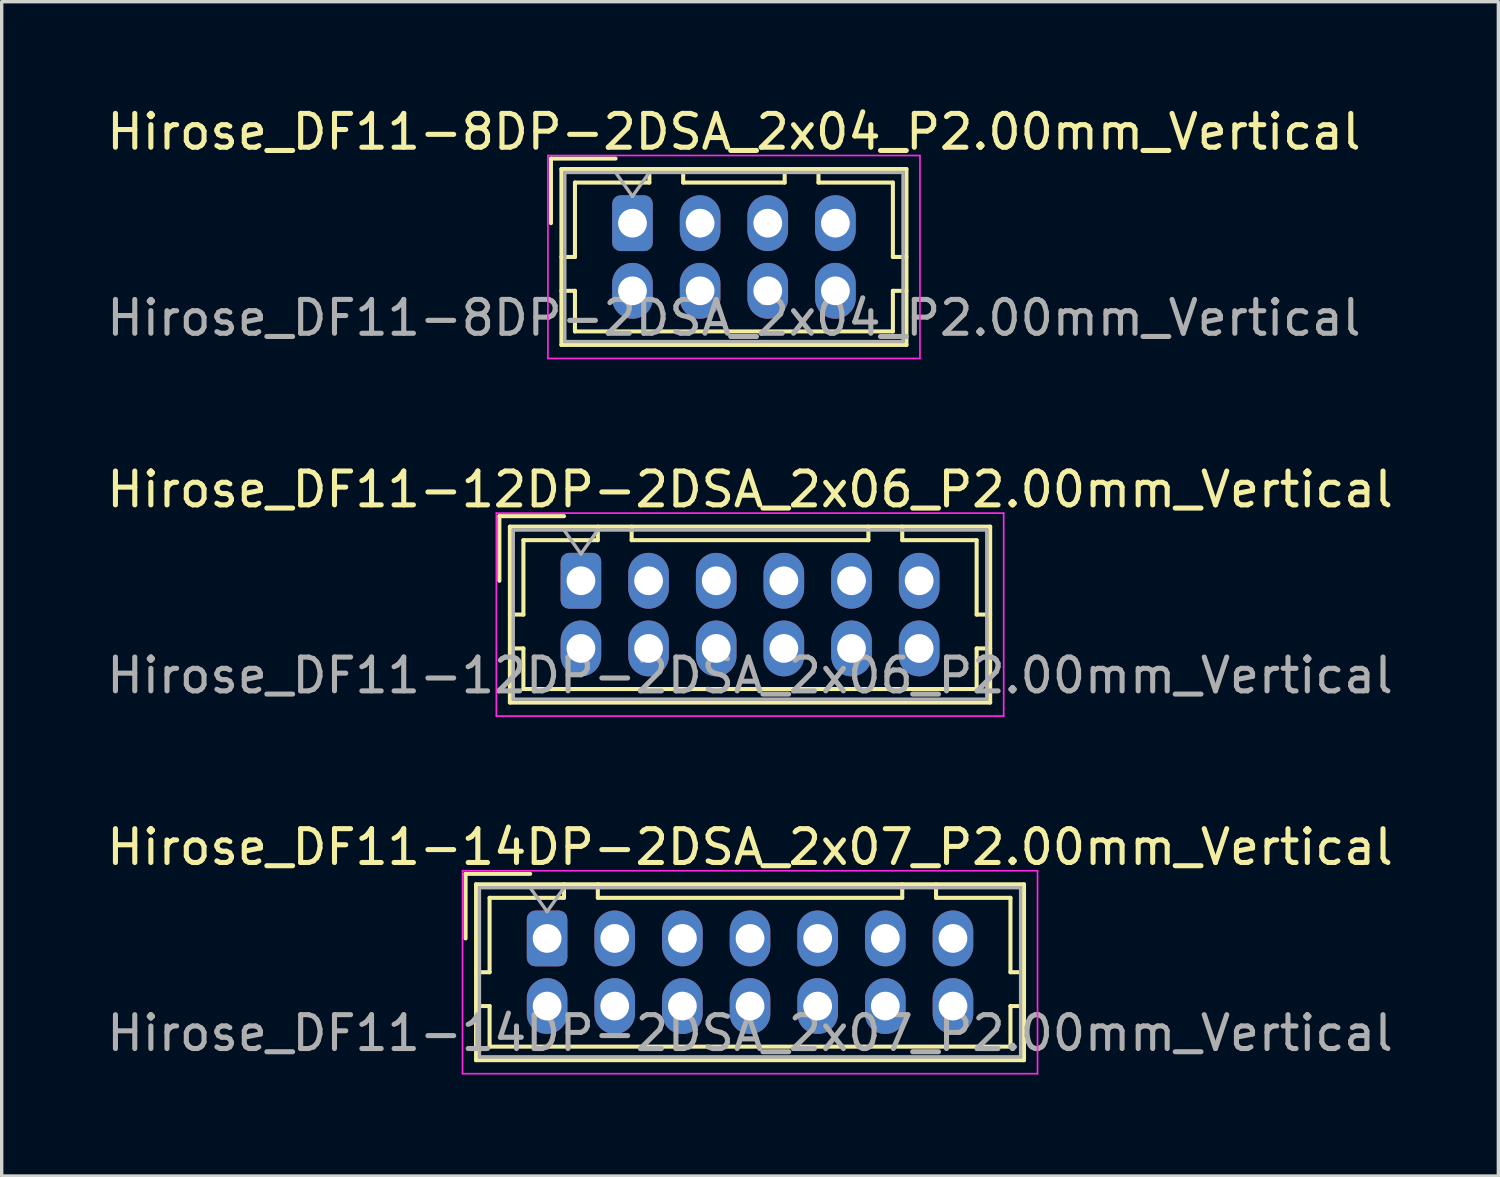
<source format=kicad_pcb>
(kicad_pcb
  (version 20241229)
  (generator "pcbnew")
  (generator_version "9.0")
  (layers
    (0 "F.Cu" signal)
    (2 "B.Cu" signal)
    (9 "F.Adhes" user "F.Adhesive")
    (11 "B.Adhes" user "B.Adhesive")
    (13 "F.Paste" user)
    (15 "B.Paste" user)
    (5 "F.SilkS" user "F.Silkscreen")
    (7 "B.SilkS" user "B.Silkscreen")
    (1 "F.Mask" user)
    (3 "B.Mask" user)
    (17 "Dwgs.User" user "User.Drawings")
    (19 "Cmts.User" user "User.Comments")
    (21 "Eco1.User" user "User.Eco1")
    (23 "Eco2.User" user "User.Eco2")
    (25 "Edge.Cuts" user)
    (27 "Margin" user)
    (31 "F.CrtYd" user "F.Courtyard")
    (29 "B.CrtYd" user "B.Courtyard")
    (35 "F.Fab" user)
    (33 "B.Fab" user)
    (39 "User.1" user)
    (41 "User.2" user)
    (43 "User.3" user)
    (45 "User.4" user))
  (footprint "Hirose_DF11-14DP-2DSA_2x07_P2.00mm_Vertical"
    (layer "F.Cu")
    (at 13.125 24.695)
    (property "Reference" "Hirose_DF11-14DP-2DSA_2x07_P2.00mm_Vertical" (at 6 -2.7 0) (layer "F.SilkS") (effects (font (size 1 1) (thickness 0.15))))
    (attr through_hole)
    (fp_line (start -2.41 -1.91) (end -0.5 -1.91) (stroke (width 0.12) (type solid)) (layer "F.SilkS"))
    (fp_line (start -2.41 0) (end -2.41 -1.91) (stroke (width 0.12) (type solid)) (layer "F.SilkS"))
    (fp_line (start -2.1 -1.6) (end -2.1 3.6) (stroke (width 0.12) (type solid)) (layer "F.SilkS"))
    (fp_line (start -2.1 1) (end -1.7 1) (stroke (width 0.12) (type solid)) (layer "F.SilkS"))
    (fp_line (start -2.1 2) (end -1.7 2) (stroke (width 0.12) (type solid)) (layer "F.SilkS"))
    (fp_line (start -2.1 3.6) (end 14.1 3.6) (stroke (width 0.12) (type solid)) (layer "F.SilkS"))
    (fp_line (start -1.7 -1.2) (end 0.5 -1.2) (stroke (width 0.12) (type solid)) (layer "F.SilkS"))
    (fp_line (start -1.7 1) (end -1.7 -1.2) (stroke (width 0.12) (type solid)) (layer "F.SilkS"))
    (fp_line (start -1.7 2) (end -1.7 3.2) (stroke (width 0.12) (type solid)) (layer "F.SilkS"))
    (fp_line (start -1.7 3.2) (end 13.7 3.2) (stroke (width 0.12) (type solid)) (layer "F.SilkS"))
    (fp_line (start 0.5 -1.2) (end 0.5 -1.6) (stroke (width 0.12) (type solid)) (layer "F.SilkS"))
    (fp_line (start 1.5 -1.6) (end 1.5 -1.2) (stroke (width 0.12) (type solid)) (layer "F.SilkS"))
    (fp_line (start 1.5 -1.2) (end 10.5 -1.2) (stroke (width 0.12) (type solid)) (layer "F.SilkS"))
    (fp_line (start 10.5 -1.2) (end 10.5 -1.6) (stroke (width 0.12) (type solid)) (layer "F.SilkS"))
    (fp_line (start 11.5 -1.2) (end 11.5 -1.6) (stroke (width 0.12) (type solid)) (layer "F.SilkS"))
    (fp_line (start 13.7 -1.2) (end 11.5 -1.2) (stroke (width 0.12) (type solid)) (layer "F.SilkS"))
    (fp_line (start 13.7 1) (end 13.7 -1.2) (stroke (width 0.12) (type solid)) (layer "F.SilkS"))
    (fp_line (start 13.7 2) (end 14.1 2) (stroke (width 0.12) (type solid)) (layer "F.SilkS"))
    (fp_line (start 13.7 3.2) (end 13.7 2) (stroke (width 0.12) (type solid)) (layer "F.SilkS"))
    (fp_line (start 14.1 -1.6) (end -2.1 -1.6) (stroke (width 0.12) (type solid)) (layer "F.SilkS"))
    (fp_line (start 14.1 1) (end 13.7 1) (stroke (width 0.12) (type solid)) (layer "F.SilkS"))
    (fp_line (start 14.1 3.6) (end 14.1 -1.6) (stroke (width 0.12) (type solid)) (layer "F.SilkS"))
    (fp_line (start -2.5 -2) (end -2.5 4) (stroke (width 0.05) (type solid)) (layer "F.CrtYd"))
    (fp_line (start -2.5 4) (end 14.5 4) (stroke (width 0.05) (type solid)) (layer "F.CrtYd"))
    (fp_line (start 14.5 -2) (end -2.5 -2) (stroke (width 0.05) (type solid)) (layer "F.CrtYd"))
    (fp_line (start 14.5 4) (end 14.5 -2) (stroke (width 0.05) (type solid)) (layer "F.CrtYd"))
    (fp_line (start -2 -1.5) (end -2 3.5) (stroke (width 0.1) (type solid)) (layer "F.Fab"))
    (fp_line (start -2 3.5) (end 14 3.5) (stroke (width 0.1) (type solid)) (layer "F.Fab"))
    (fp_line (start -0.5 -1.5) (end 0 -0.793) (stroke (width 0.1) (type solid)) (layer "F.Fab"))
    (fp_line (start 0 -0.793) (end 0.5 -1.5) (stroke (width 0.1) (type solid)) (layer "F.Fab"))
    (fp_line (start 14 -1.5) (end -2 -1.5) (stroke (width 0.1) (type solid)) (layer "F.Fab"))
    (fp_line (start 14 3.5) (end 14 -1.5) (stroke (width 0.1) (type solid)) (layer "F.Fab"))
    (fp_text user "${REFERENCE}" (at 6 2.8 0) (layer "F.Fab") (effects (font (size 1 1) (thickness 0.15))))
    (pad "1" thru_hole roundrect (at 0 0) (size 1.2 1.65) (drill 0.85) (layers "*.Cu" "*.Mask") (roundrect_rratio 0.208))
    (pad "2" thru_hole oval (at 0 2) (size 1.2 1.65) (drill 0.85) (layers "*.Cu" "*.Mask"))
    (pad "3" thru_hole oval (at 2 0) (size 1.2 1.65) (drill 0.85) (layers "*.Cu" "*.Mask"))
    (pad "4" thru_hole oval (at 2 2) (size 1.2 1.65) (drill 0.85) (layers "*.Cu" "*.Mask"))
    (pad "5" thru_hole oval (at 4 0) (size 1.2 1.65) (drill 0.85) (layers "*.Cu" "*.Mask"))
    (pad "6" thru_hole oval (at 4 2) (size 1.2 1.65) (drill 0.85) (layers "*.Cu" "*.Mask"))
    (pad "7" thru_hole oval (at 6 0) (size 1.2 1.65) (drill 0.85) (layers "*.Cu" "*.Mask"))
    (pad "8" thru_hole oval (at 6 2) (size 1.2 1.65) (drill 0.85) (layers "*.Cu" "*.Mask"))
    (pad "9" thru_hole oval (at 8 0) (size 1.2 1.65) (drill 0.85) (layers "*.Cu" "*.Mask"))
    (pad "10" thru_hole oval (at 8 2) (size 1.2 1.65) (drill 0.85) (layers "*.Cu" "*.Mask"))
    (pad "11" thru_hole oval (at 10 0) (size 1.2 1.65) (drill 0.85) (layers "*.Cu" "*.Mask"))
    (pad "12" thru_hole oval (at 10 2) (size 1.2 1.65) (drill 0.85) (layers "*.Cu" "*.Mask"))
    (pad "13" thru_hole oval (at 12 0) (size 1.2 1.65) (drill 0.85) (layers "*.Cu" "*.Mask"))
    (pad "14" thru_hole oval (at 12 2) (size 1.2 1.65) (drill 0.85) (layers "*.Cu" "*.Mask")))
  (footprint "Hirose_DF11-8DP-2DSA_2x04_P2.00mm_Vertical"
    (layer "F.Cu")
    (at 15.649 3.548)
    (property "Reference" "Hirose_DF11-8DP-2DSA_2x04_P2.00mm_Vertical" (at 3 -2.7 0) (layer "F.SilkS") (effects (font (size 1 1) (thickness 0.15))))
    (attr through_hole)
    (fp_line (start -2.41 -1.91) (end -0.5 -1.91) (stroke (width 0.12) (type solid)) (layer "F.SilkS"))
    (fp_line (start -2.41 0) (end -2.41 -1.91) (stroke (width 0.12) (type solid)) (layer "F.SilkS"))
    (fp_line (start -2.1 -1.6) (end -2.1 3.6) (stroke (width 0.12) (type solid)) (layer "F.SilkS"))
    (fp_line (start -2.1 1) (end -1.7 1) (stroke (width 0.12) (type solid)) (layer "F.SilkS"))
    (fp_line (start -2.1 2) (end -1.7 2) (stroke (width 0.12) (type solid)) (layer "F.SilkS"))
    (fp_line (start -2.1 3.6) (end 8.1 3.6) (stroke (width 0.12) (type solid)) (layer "F.SilkS"))
    (fp_line (start -1.7 -1.2) (end 0.5 -1.2) (stroke (width 0.12) (type solid)) (layer "F.SilkS"))
    (fp_line (start -1.7 1) (end -1.7 -1.2) (stroke (width 0.12) (type solid)) (layer "F.SilkS"))
    (fp_line (start -1.7 2) (end -1.7 3.2) (stroke (width 0.12) (type solid)) (layer "F.SilkS"))
    (fp_line (start -1.7 3.2) (end 7.7 3.2) (stroke (width 0.12) (type solid)) (layer "F.SilkS"))
    (fp_line (start 0.5 -1.2) (end 0.5 -1.6) (stroke (width 0.12) (type solid)) (layer "F.SilkS"))
    (fp_line (start 1.5 -1.6) (end 1.5 -1.2) (stroke (width 0.12) (type solid)) (layer "F.SilkS"))
    (fp_line (start 1.5 -1.2) (end 4.5 -1.2) (stroke (width 0.12) (type solid)) (layer "F.SilkS"))
    (fp_line (start 4.5 -1.2) (end 4.5 -1.6) (stroke (width 0.12) (type solid)) (layer "F.SilkS"))
    (fp_line (start 5.5 -1.2) (end 5.5 -1.6) (stroke (width 0.12) (type solid)) (layer "F.SilkS"))
    (fp_line (start 7.7 -1.2) (end 5.5 -1.2) (stroke (width 0.12) (type solid)) (layer "F.SilkS"))
    (fp_line (start 7.7 1) (end 7.7 -1.2) (stroke (width 0.12) (type solid)) (layer "F.SilkS"))
    (fp_line (start 7.7 2) (end 8.1 2) (stroke (width 0.12) (type solid)) (layer "F.SilkS"))
    (fp_line (start 7.7 3.2) (end 7.7 2) (stroke (width 0.12) (type solid)) (layer "F.SilkS"))
    (fp_line (start 8.1 -1.6) (end -2.1 -1.6) (stroke (width 0.12) (type solid)) (layer "F.SilkS"))
    (fp_line (start 8.1 1) (end 7.7 1) (stroke (width 0.12) (type solid)) (layer "F.SilkS"))
    (fp_line (start 8.1 3.6) (end 8.1 -1.6) (stroke (width 0.12) (type solid)) (layer "F.SilkS"))
    (fp_line (start -2.5 -2) (end -2.5 4) (stroke (width 0.05) (type solid)) (layer "F.CrtYd"))
    (fp_line (start -2.5 4) (end 8.5 4) (stroke (width 0.05) (type solid)) (layer "F.CrtYd"))
    (fp_line (start 8.5 -2) (end -2.5 -2) (stroke (width 0.05) (type solid)) (layer "F.CrtYd"))
    (fp_line (start 8.5 4) (end 8.5 -2) (stroke (width 0.05) (type solid)) (layer "F.CrtYd"))
    (fp_line (start -2 -1.5) (end -2 3.5) (stroke (width 0.1) (type solid)) (layer "F.Fab"))
    (fp_line (start -2 3.5) (end 8 3.5) (stroke (width 0.1) (type solid)) (layer "F.Fab"))
    (fp_line (start -0.5 -1.5) (end 0 -0.793) (stroke (width 0.1) (type solid)) (layer "F.Fab"))
    (fp_line (start 0 -0.793) (end 0.5 -1.5) (stroke (width 0.1) (type solid)) (layer "F.Fab"))
    (fp_line (start 8 -1.5) (end -2 -1.5) (stroke (width 0.1) (type solid)) (layer "F.Fab"))
    (fp_line (start 8 3.5) (end 8 -1.5) (stroke (width 0.1) (type solid)) (layer "F.Fab"))
    (fp_text user "${REFERENCE}" (at 3 2.8 0) (layer "F.Fab") (effects (font (size 1 1) (thickness 0.15))))
    (pad "1" thru_hole roundrect (at 0 0) (size 1.2 1.65) (drill 0.85) (layers "*.Cu" "*.Mask") (roundrect_rratio 0.208))
    (pad "2" thru_hole oval (at 0 2) (size 1.2 1.65) (drill 0.85) (layers "*.Cu" "*.Mask"))
    (pad "3" thru_hole oval (at 2 0) (size 1.2 1.65) (drill 0.85) (layers "*.Cu" "*.Mask"))
    (pad "4" thru_hole oval (at 2 2) (size 1.2 1.65) (drill 0.85) (layers "*.Cu" "*.Mask"))
    (pad "5" thru_hole oval (at 4 0) (size 1.2 1.65) (drill 0.85) (layers "*.Cu" "*.Mask"))
    (pad "6" thru_hole oval (at 4 2) (size 1.2 1.65) (drill 0.85) (layers "*.Cu" "*.Mask"))
    (pad "7" thru_hole oval (at 6 0) (size 1.2 1.65) (drill 0.85) (layers "*.Cu" "*.Mask"))
    (pad "8" thru_hole oval (at 6 2) (size 1.2 1.65) (drill 0.85) (layers "*.Cu" "*.Mask")))
  (footprint "Hirose_DF11-12DP-2DSA_2x06_P2.00mm_Vertical"
    (layer "F.Cu")
    (at 14.125 14.121)
    (property "Reference" "Hirose_DF11-12DP-2DSA_2x06_P2.00mm_Vertical" (at 5 -2.7 0) (layer "F.SilkS") (effects (font (size 1 1) (thickness 0.15))))
    (attr through_hole)
    (fp_line (start -2.41 -1.91) (end -0.5 -1.91) (stroke (width 0.12) (type solid)) (layer "F.SilkS"))
    (fp_line (start -2.41 0) (end -2.41 -1.91) (stroke (width 0.12) (type solid)) (layer "F.SilkS"))
    (fp_line (start -2.1 -1.6) (end -2.1 3.6) (stroke (width 0.12) (type solid)) (layer "F.SilkS"))
    (fp_line (start -2.1 1) (end -1.7 1) (stroke (width 0.12) (type solid)) (layer "F.SilkS"))
    (fp_line (start -2.1 2) (end -1.7 2) (stroke (width 0.12) (type solid)) (layer "F.SilkS"))
    (fp_line (start -2.1 3.6) (end 12.1 3.6) (stroke (width 0.12) (type solid)) (layer "F.SilkS"))
    (fp_line (start -1.7 -1.2) (end 0.5 -1.2) (stroke (width 0.12) (type solid)) (layer "F.SilkS"))
    (fp_line (start -1.7 1) (end -1.7 -1.2) (stroke (width 0.12) (type solid)) (layer "F.SilkS"))
    (fp_line (start -1.7 2) (end -1.7 3.2) (stroke (width 0.12) (type solid)) (layer "F.SilkS"))
    (fp_line (start -1.7 3.2) (end 11.7 3.2) (stroke (width 0.12) (type solid)) (layer "F.SilkS"))
    (fp_line (start 0.5 -1.2) (end 0.5 -1.6) (stroke (width 0.12) (type solid)) (layer "F.SilkS"))
    (fp_line (start 1.5 -1.6) (end 1.5 -1.2) (stroke (width 0.12) (type solid)) (layer "F.SilkS"))
    (fp_line (start 1.5 -1.2) (end 8.5 -1.2) (stroke (width 0.12) (type solid)) (layer "F.SilkS"))
    (fp_line (start 8.5 -1.2) (end 8.5 -1.6) (stroke (width 0.12) (type solid)) (layer "F.SilkS"))
    (fp_line (start 9.5 -1.2) (end 9.5 -1.6) (stroke (width 0.12) (type solid)) (layer "F.SilkS"))
    (fp_line (start 11.7 -1.2) (end 9.5 -1.2) (stroke (width 0.12) (type solid)) (layer "F.SilkS"))
    (fp_line (start 11.7 1) (end 11.7 -1.2) (stroke (width 0.12) (type solid)) (layer "F.SilkS"))
    (fp_line (start 11.7 2) (end 12.1 2) (stroke (width 0.12) (type solid)) (layer "F.SilkS"))
    (fp_line (start 11.7 3.2) (end 11.7 2) (stroke (width 0.12) (type solid)) (layer "F.SilkS"))
    (fp_line (start 12.1 -1.6) (end -2.1 -1.6) (stroke (width 0.12) (type solid)) (layer "F.SilkS"))
    (fp_line (start 12.1 1) (end 11.7 1) (stroke (width 0.12) (type solid)) (layer "F.SilkS"))
    (fp_line (start 12.1 3.6) (end 12.1 -1.6) (stroke (width 0.12) (type solid)) (layer "F.SilkS"))
    (fp_line (start -2.5 -2) (end -2.5 4) (stroke (width 0.05) (type solid)) (layer "F.CrtYd"))
    (fp_line (start -2.5 4) (end 12.5 4) (stroke (width 0.05) (type solid)) (layer "F.CrtYd"))
    (fp_line (start 12.5 -2) (end -2.5 -2) (stroke (width 0.05) (type solid)) (layer "F.CrtYd"))
    (fp_line (start 12.5 4) (end 12.5 -2) (stroke (width 0.05) (type solid)) (layer "F.CrtYd"))
    (fp_line (start -2 -1.5) (end -2 3.5) (stroke (width 0.1) (type solid)) (layer "F.Fab"))
    (fp_line (start -2 3.5) (end 12 3.5) (stroke (width 0.1) (type solid)) (layer "F.Fab"))
    (fp_line (start -0.5 -1.5) (end 0 -0.793) (stroke (width 0.1) (type solid)) (layer "F.Fab"))
    (fp_line (start 0 -0.793) (end 0.5 -1.5) (stroke (width 0.1) (type solid)) (layer "F.Fab"))
    (fp_line (start 12 -1.5) (end -2 -1.5) (stroke (width 0.1) (type solid)) (layer "F.Fab"))
    (fp_line (start 12 3.5) (end 12 -1.5) (stroke (width 0.1) (type solid)) (layer "F.Fab"))
    (fp_text user "${REFERENCE}" (at 5 2.8 0) (layer "F.Fab") (effects (font (size 1 1) (thickness 0.15))))
    (pad "1" thru_hole roundrect (at 0 0) (size 1.2 1.65) (drill 0.85) (layers "*.Cu" "*.Mask") (roundrect_rratio 0.208))
    (pad "2" thru_hole oval (at 0 2) (size 1.2 1.65) (drill 0.85) (layers "*.Cu" "*.Mask"))
    (pad "3" thru_hole oval (at 2 0) (size 1.2 1.65) (drill 0.85) (layers "*.Cu" "*.Mask"))
    (pad "4" thru_hole oval (at 2 2) (size 1.2 1.65) (drill 0.85) (layers "*.Cu" "*.Mask"))
    (pad "5" thru_hole oval (at 4 0) (size 1.2 1.65) (drill 0.85) (layers "*.Cu" "*.Mask"))
    (pad "6" thru_hole oval (at 4 2) (size 1.2 1.65) (drill 0.85) (layers "*.Cu" "*.Mask"))
    (pad "7" thru_hole oval (at 6 0) (size 1.2 1.65) (drill 0.85) (layers "*.Cu" "*.Mask"))
    (pad "8" thru_hole oval (at 6 2) (size 1.2 1.65) (drill 0.85) (layers "*.Cu" "*.Mask"))
    (pad "9" thru_hole oval (at 8 0) (size 1.2 1.65) (drill 0.85) (layers "*.Cu" "*.Mask"))
    (pad "10" thru_hole oval (at 8 2) (size 1.2 1.65) (drill 0.85) (layers "*.Cu" "*.Mask"))
    (pad "11" thru_hole oval (at 10 0) (size 1.2 1.65) (drill 0.85) (layers "*.Cu" "*.Mask"))
    (pad "12" thru_hole oval (at 10 2) (size 1.2 1.65) (drill 0.85) (layers "*.Cu" "*.Mask")))
  (gr_rect
    (start -3 -3)
    (end 41.25 31.72)
    (stroke (width 0.1) (type default))
    (fill no)
    (layer "Edge.Cuts")))
</source>
